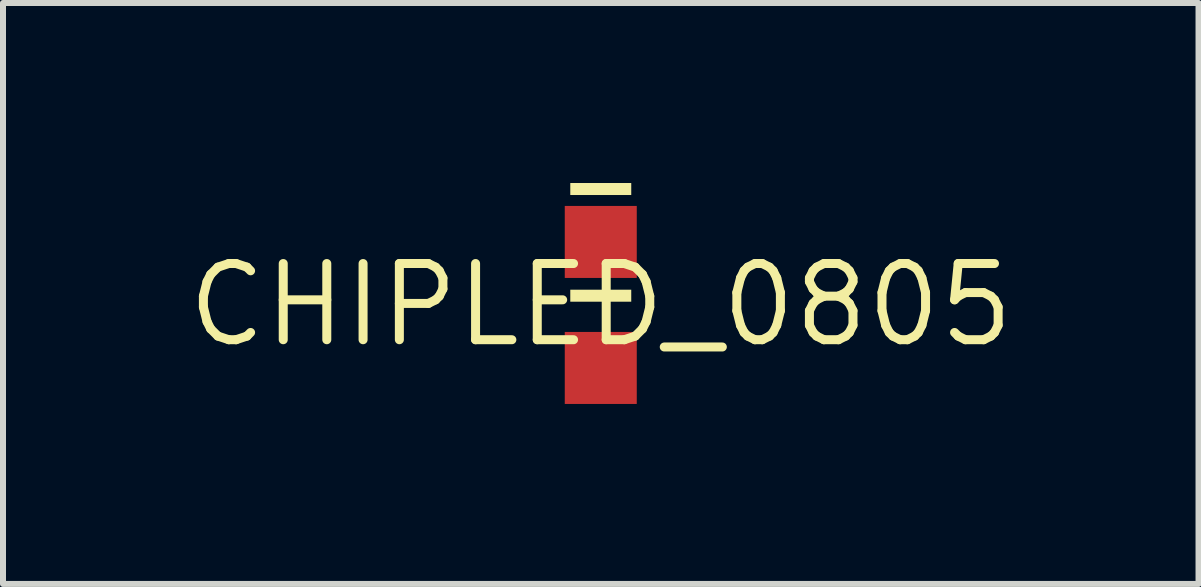
<source format=kicad_pcb>
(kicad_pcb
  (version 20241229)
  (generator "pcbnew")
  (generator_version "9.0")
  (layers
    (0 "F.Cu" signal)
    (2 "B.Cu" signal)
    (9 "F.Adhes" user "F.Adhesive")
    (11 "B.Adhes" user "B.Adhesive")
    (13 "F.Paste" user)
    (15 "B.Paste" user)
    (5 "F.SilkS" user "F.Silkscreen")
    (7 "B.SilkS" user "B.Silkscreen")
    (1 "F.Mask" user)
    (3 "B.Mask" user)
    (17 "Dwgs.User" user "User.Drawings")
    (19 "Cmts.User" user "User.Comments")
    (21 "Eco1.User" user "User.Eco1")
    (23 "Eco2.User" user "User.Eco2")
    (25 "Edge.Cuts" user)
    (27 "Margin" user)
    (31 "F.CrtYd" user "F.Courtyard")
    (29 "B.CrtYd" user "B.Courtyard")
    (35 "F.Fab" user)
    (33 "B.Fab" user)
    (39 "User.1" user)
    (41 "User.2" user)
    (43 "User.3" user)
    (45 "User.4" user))
  (footprint "CHIPLED_0805"
    (layer "F.Cu")
    (at 6.962 2.032)
    (property "Reference" "CHIPLED_0805" (at 0 0 0) (layer "F.SilkS") (effects (font (size 1.27 1.27) (thickness 0.15))))
    (fp_rect (start -0.508 -1.832) (end 0.508 -2.032) (stroke (width 0) (type default)) (fill yes) (layer "F.SilkS"))
    (fp_rect (start -0.508 -0.054) (end 0.508 -0.254) (stroke (width 0) (type default)) (fill yes) (layer "F.SilkS"))
    (fp_line (start -0.575 0.5) (end -0.575 -0.925) (stroke (width 0.102) (type solid)) (layer "User.4"))
    (fp_line (start 0.575 0.525) (end 0.575 -0.525) (stroke (width 0.102) (type solid)) (layer "User.4"))
    (fp_rect (start -0.625 -0.925) (end -0.3 -1) (stroke (width 0.1) (type default)) (fill no) (layer "User.4"))
    (fp_rect (start -0.625 1) (end -0.3 0.5) (stroke (width 0.1) (type default)) (fill no) (layer "User.4"))
    (fp_rect (start -0.6 -0.5) (end -0.3 -0.8) (stroke (width 0.1) (type default)) (fill no) (layer "User.4"))
    (fp_rect (start -0.325 -0.5) (end -0.175 -0.75) (stroke (width 0.1) (type default)) (fill no) (layer "User.4"))
    (fp_rect (start -0.325 0.75) (end -0.175 0.5) (stroke (width 0.1) (type default)) (fill no) (layer "User.4"))
    (fp_rect (start -0.2 -0.5) (end 0.2 -0.675) (stroke (width 0.1) (type default)) (fill no) (layer "User.4"))
    (fp_rect (start -0.2 0.675) (end 0.2 0.5) (stroke (width 0.1) (type default)) (fill no) (layer "User.4"))
    (fp_rect (start 0.175 -0.5) (end 0.325 -0.75) (stroke (width 0.1) (type default)) (fill no) (layer "User.4"))
    (fp_rect (start 0.175 0.75) (end 0.325 0.5) (stroke (width 0.1) (type default)) (fill no) (layer "User.4"))
    (fp_rect (start 0.3 -0.5) (end 0.625 -1) (stroke (width 0.1) (type default)) (fill no) (layer "User.4"))
    (fp_rect (start 0.3 1) (end 0.625 0.5) (stroke (width 0.1) (type default)) (fill no) (layer "User.4"))
    (fp_arc (start -0.350008 0.925069) (mid 0 0.62509) (end 0.350008 0.925069) (stroke (width 0.1016) (type solid)) (layer "User.4"))
    (fp_arc (start 0.350008 -0.925069) (mid 0 -0.62509) (end -0.350008 -0.925069) (stroke (width 0.1016) (type solid)) (layer "User.4"))
    (fp_circle (center -0.45 -0.85) (end -0.45 -0.953) (stroke (width 0.102) (type solid)) (fill no) (layer "User.4"))
    (pad "A" smd rect (at 0 1.05) (size 1.2 1.2) (layers "F.Cu" "F.Mask" "F.Paste"))
    (pad "C" smd rect (at 0 -1.05) (size 1.2 1.2) (layers "F.Cu" "F.Mask" "F.Paste")))
  (gr_rect
    (start -3 -3)
    (end 16.924 6.682)
    (stroke (width 0.1) (type default))
    (fill no)
    (layer "Edge.Cuts")))
</source>
